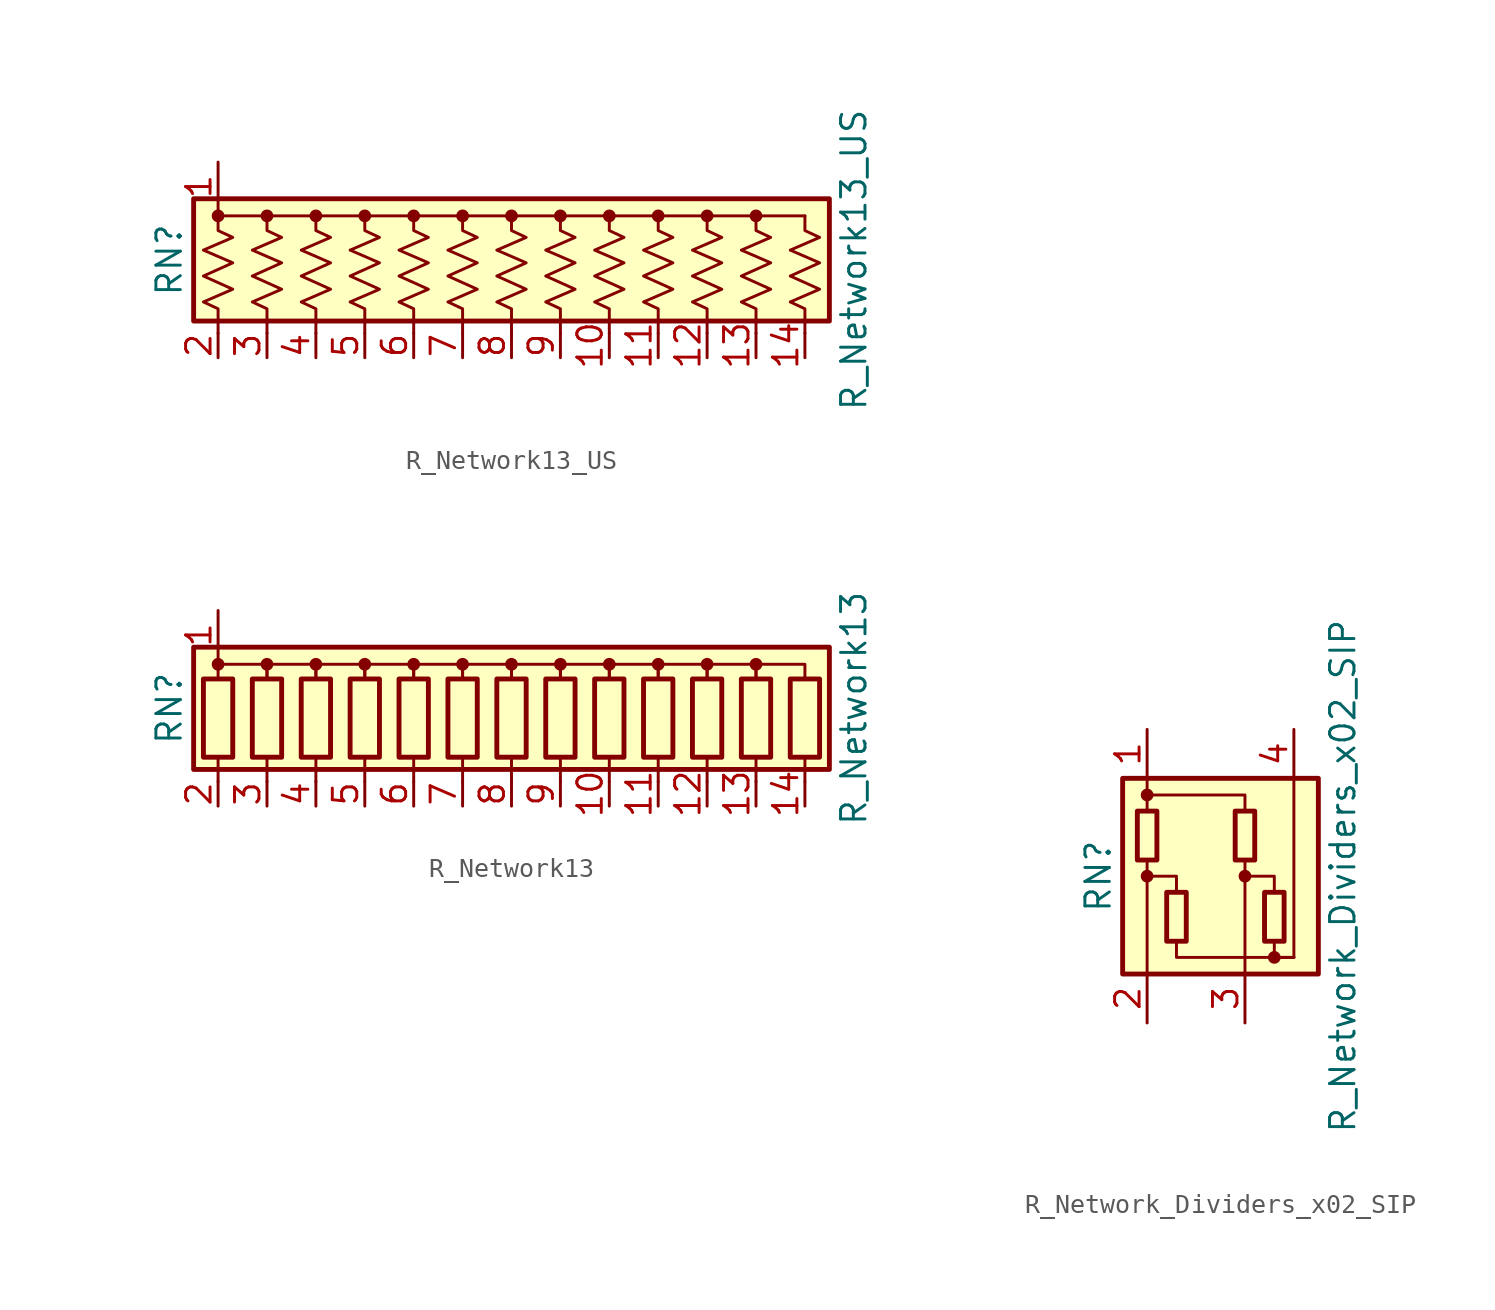
<source format=kicad_sym>
(kicad_symbol_lib
  (version 20241209)
  (generator "kicad_symbol_editor")
  (generator_version "9.0")
  (symbol "R_Network13_US"
    (pin_names
      (offset 0)
      (hide yes))
    (property "Reference" "RN"
      (at -17.78 0 90)
      (effects (font (size 1.27 1.27))))
    (property "Value" "R_Network13_US"
      (at 17.78 0 90)
      (effects (font (size 1.27 1.27))))
    (symbol "R_Network13_US_0_1"
      (rectangle (start -16.51 -3.175) (end 16.51 3.175) (stroke (width 0.254) (type solid)) (fill (type background)))
      (circle (center -15.24 2.286) (radius 0.254) (stroke (width 0) (type solid)) (fill (type outline)))
      (polyline (pts (xy -15.24 2.286) (xy 15.24 2.286)) (stroke (width 0) (type solid)) (fill (type none)))
      (polyline (pts (xy -15.24 2.286) (xy -15.24 1.524) (xy -14.478 1.168) (xy -16.002 0.508) (xy -14.478 -0.152) (xy -16.002 -0.838) (xy -14.478 -1.524) (xy -16.002 -2.184) (xy -15.24 -2.54) (xy -15.24 -3.81)) (stroke (width 0) (type solid)) (fill (type none)))
      (circle (center -12.7 2.286) (radius 0.254) (stroke (width 0) (type solid)) (fill (type outline)))
      (polyline (pts (xy -12.7 2.286) (xy -12.7 1.524) (xy -11.938 1.168) (xy -13.462 0.508) (xy -11.938 -0.152) (xy -13.462 -0.838) (xy -11.938 -1.524) (xy -13.462 -2.184) (xy -12.7 -2.54) (xy -12.7 -3.81)) (stroke (width 0) (type solid)) (fill (type none)))
      (circle (center -10.16 2.286) (radius 0.254) (stroke (width 0) (type solid)) (fill (type outline)))
      (polyline (pts (xy -10.16 2.286) (xy -10.16 1.524) (xy -9.398 1.168) (xy -10.922 0.508) (xy -9.398 -0.152) (xy -10.922 -0.838) (xy -9.398 -1.524) (xy -10.922 -2.184) (xy -10.16 -2.54) (xy -10.16 -3.81)) (stroke (width 0) (type solid)) (fill (type none)))
      (circle (center -7.62 2.286) (radius 0.254) (stroke (width 0) (type solid)) (fill (type outline)))
      (polyline (pts (xy -7.62 2.286) (xy -7.62 1.524) (xy -6.858 1.168) (xy -8.382 0.508) (xy -6.858 -0.152) (xy -8.382 -0.838) (xy -6.858 -1.524) (xy -8.382 -2.184) (xy -7.62 -2.54) (xy -7.62 -3.81)) (stroke (width 0) (type solid)) (fill (type none)))
      (circle (center -5.08 2.286) (radius 0.254) (stroke (width 0) (type solid)) (fill (type outline)))
      (polyline (pts (xy -5.08 2.286) (xy -5.08 1.524) (xy -4.318 1.168) (xy -5.842 0.508) (xy -4.318 -0.152) (xy -5.842 -0.838) (xy -4.318 -1.524) (xy -5.842 -2.184) (xy -5.08 -2.54) (xy -5.08 -3.81)) (stroke (width 0) (type solid)) (fill (type none)))
      (circle (center -2.54 2.286) (radius 0.254) (stroke (width 0) (type solid)) (fill (type outline)))
      (polyline (pts (xy -2.54 2.286) (xy -2.54 1.524) (xy -1.778 1.168) (xy -3.302 0.508) (xy -1.778 -0.152) (xy -3.302 -0.838) (xy -1.778 -1.524) (xy -3.302 -2.184) (xy -2.54 -2.54) (xy -2.54 -3.81)) (stroke (width 0) (type solid)) (fill (type none)))
      (circle (center 0 2.286) (radius 0.254) (stroke (width 0) (type solid)) (fill (type outline)))
      (polyline (pts (xy 0 2.286) (xy 0 1.524) (xy 0.762 1.168) (xy -0.762 0.508) (xy 0.762 -0.152) (xy -0.762 -0.838) (xy 0.762 -1.524) (xy -0.762 -2.184) (xy 0 -2.54) (xy 0 -3.81)) (stroke (width 0) (type solid)) (fill (type none)))
      (polyline (pts (xy 2.54 2.286) (xy 2.54 1.524) (xy 3.302 1.168) (xy 1.778 0.508) (xy 3.302 -0.152) (xy 1.778 -0.838) (xy 3.302 -1.524) (xy 1.778 -2.184) (xy 2.54 -2.54) (xy 2.54 -3.81)) (stroke (width 0) (type solid)) (fill (type none)))
      (circle (center 2.54 2.286) (radius 0.254) (stroke (width 0) (type solid)) (fill (type outline)))
      (polyline (pts (xy 5.08 2.286) (xy 5.08 1.524) (xy 5.842 1.168) (xy 4.318 0.508) (xy 5.842 -0.152) (xy 4.318 -0.838) (xy 5.842 -1.524) (xy 4.318 -2.184) (xy 5.08 -2.54) (xy 5.08 -3.81)) (stroke (width 0) (type solid)) (fill (type none)))
      (circle (center 5.08 2.286) (radius 0.254) (stroke (width 0) (type solid)) (fill (type outline)))
      (polyline (pts (xy 7.62 2.286) (xy 7.62 1.524) (xy 8.382 1.168) (xy 6.858 0.508) (xy 8.382 -0.152) (xy 6.858 -0.838) (xy 8.382 -1.524) (xy 6.858 -2.184) (xy 7.62 -2.54) (xy 7.62 -3.81)) (stroke (width 0) (type solid)) (fill (type none)))
      (circle (center 7.62 2.286) (radius 0.254) (stroke (width 0) (type solid)) (fill (type outline)))
      (polyline (pts (xy 10.16 2.286) (xy 10.16 1.524) (xy 10.922 1.168) (xy 9.398 0.508) (xy 10.922 -0.152) (xy 9.398 -0.838) (xy 10.922 -1.524) (xy 9.398 -2.184) (xy 10.16 -2.54) (xy 10.16 -3.81)) (stroke (width 0) (type solid)) (fill (type none)))
      (circle (center 10.16 2.286) (radius 0.254) (stroke (width 0) (type solid)) (fill (type outline)))
      (polyline (pts (xy 12.7 2.286) (xy 12.7 1.524) (xy 13.462 1.168) (xy 11.938 0.508) (xy 13.462 -0.152) (xy 11.938 -0.838) (xy 13.462 -1.524) (xy 11.938 -2.184) (xy 12.7 -2.54) (xy 12.7 -3.81)) (stroke (width 0) (type solid)) (fill (type none)))
      (circle (center 12.7 2.286) (radius 0.254) (stroke (width 0) (type solid)) (fill (type outline)))
      (polyline (pts (xy 15.24 2.286) (xy 15.24 1.524) (xy 16.002 1.168) (xy 14.478 0.508) (xy 16.002 -0.152) (xy 14.478 -0.838) (xy 16.002 -1.524) (xy 14.478 -2.184) (xy 15.24 -2.54) (xy 15.24 -3.81)) (stroke (width 0) (type solid)) (fill (type none))))
    (symbol "R_Network13_US_1_1"
      (pin passive line (at -15.24 5.08 270) (length 2.54) (name "common" (effects (font (size 1.27 1.27)))) (number "1" (effects (font (size 1.27 1.27)))))
      (pin passive line (at -15.24 -5.08 90) (length 1.27) (name "R1" (effects (font (size 1.27 1.27)))) (number "2" (effects (font (size 1.27 1.27)))))
      (pin passive line (at -12.7 -5.08 90) (length 1.27) (name "R2" (effects (font (size 1.27 1.27)))) (number "3" (effects (font (size 1.27 1.27)))))
      (pin passive line (at -10.16 -5.08 90) (length 1.27) (name "R3" (effects (font (size 1.27 1.27)))) (number "4" (effects (font (size 1.27 1.27)))))
      (pin passive line (at -7.62 -5.08 90) (length 1.27) (name "R4" (effects (font (size 1.27 1.27)))) (number "5" (effects (font (size 1.27 1.27)))))
      (pin passive line (at -5.08 -5.08 90) (length 1.27) (name "R5" (effects (font (size 1.27 1.27)))) (number "6" (effects (font (size 1.27 1.27)))))
      (pin passive line (at -2.54 -5.08 90) (length 1.27) (name "R6" (effects (font (size 1.27 1.27)))) (number "7" (effects (font (size 1.27 1.27)))))
      (pin passive line (at 0 -5.08 90) (length 1.27) (name "R7" (effects (font (size 1.27 1.27)))) (number "8" (effects (font (size 1.27 1.27)))))
      (pin passive line (at 2.54 -5.08 90) (length 1.27) (name "R8" (effects (font (size 1.27 1.27)))) (number "9" (effects (font (size 1.27 1.27)))))
      (pin passive line (at 5.08 -5.08 90) (length 1.27) (name "R9" (effects (font (size 1.27 1.27)))) (number "10" (effects (font (size 1.27 1.27)))))
      (pin passive line (at 7.62 -5.08 90) (length 1.27) (name "R10" (effects (font (size 1.27 1.27)))) (number "11" (effects (font (size 1.27 1.27)))))
      (pin passive line (at 10.16 -5.08 90) (length 1.27) (name "R11" (effects (font (size 1.27 1.27)))) (number "12" (effects (font (size 1.27 1.27)))))
      (pin passive line (at 12.7 -5.08 90) (length 1.27) (name "R12" (effects (font (size 1.27 1.27)))) (number "13" (effects (font (size 1.27 1.27)))))
      (pin passive line (at 15.24 -5.08 90) (length 1.27) (name "R13" (effects (font (size 1.27 1.27)))) (number "14" (effects (font (size 1.27 1.27)))))))
  (symbol "R_Network13"
    (pin_names
      (offset 0)
      (hide yes))
    (property "Reference" "RN"
      (at -17.78 0 90)
      (effects (font (size 1.27 1.27))))
    (property "Value" "R_Network13"
      (at 17.78 0 90)
      (effects (font (size 1.27 1.27))))
    (symbol "R_Network13_0_1"
      (rectangle (start -16.51 -3.175) (end 16.51 3.175) (stroke (width 0.254) (type solid)) (fill (type background)))
      (rectangle (start -16.002 1.524) (end -14.478 -2.54) (stroke (width 0.254) (type solid)) (fill (type none)))
      (circle (center -15.24 2.286) (radius 0.254) (stroke (width 0) (type solid)) (fill (type outline)))
      (polyline (pts (xy -15.24 1.524) (xy -15.24 2.286) (xy -12.7 2.286) (xy -12.7 1.524)) (stroke (width 0) (type solid)) (fill (type none)))
      (polyline (pts (xy -15.24 -2.54) (xy -15.24 -3.81)) (stroke (width 0) (type solid)) (fill (type none)))
      (rectangle (start -13.462 1.524) (end -11.938 -2.54) (stroke (width 0.254) (type solid)) (fill (type none)))
      (circle (center -12.7 2.286) (radius 0.254) (stroke (width 0) (type solid)) (fill (type outline)))
      (polyline (pts (xy -12.7 1.524) (xy -12.7 2.286) (xy -10.16 2.286) (xy -10.16 1.524)) (stroke (width 0) (type solid)) (fill (type none)))
      (polyline (pts (xy -12.7 -2.54) (xy -12.7 -3.81)) (stroke (width 0) (type solid)) (fill (type none)))
      (rectangle (start -10.922 1.524) (end -9.398 -2.54) (stroke (width 0.254) (type solid)) (fill (type none)))
      (circle (center -10.16 2.286) (radius 0.254) (stroke (width 0) (type solid)) (fill (type outline)))
      (polyline (pts (xy -10.16 1.524) (xy -10.16 2.286) (xy -7.62 2.286) (xy -7.62 1.524)) (stroke (width 0) (type solid)) (fill (type none)))
      (polyline (pts (xy -10.16 -2.54) (xy -10.16 -3.81)) (stroke (width 0) (type solid)) (fill (type none)))
      (rectangle (start -8.382 1.524) (end -6.858 -2.54) (stroke (width 0.254) (type solid)) (fill (type none)))
      (circle (center -7.62 2.286) (radius 0.254) (stroke (width 0) (type solid)) (fill (type outline)))
      (polyline (pts (xy -7.62 1.524) (xy -7.62 2.286) (xy -5.08 2.286) (xy -5.08 1.524)) (stroke (width 0) (type solid)) (fill (type none)))
      (polyline (pts (xy -7.62 -2.54) (xy -7.62 -3.81)) (stroke (width 0) (type solid)) (fill (type none)))
      (rectangle (start -5.842 1.524) (end -4.318 -2.54) (stroke (width 0.254) (type solid)) (fill (type none)))
      (circle (center -5.08 2.286) (radius 0.254) (stroke (width 0) (type solid)) (fill (type outline)))
      (polyline (pts (xy -5.08 1.524) (xy -5.08 2.286) (xy -2.54 2.286) (xy -2.54 1.524)) (stroke (width 0) (type solid)) (fill (type none)))
      (polyline (pts (xy -5.08 -2.54) (xy -5.08 -3.81)) (stroke (width 0) (type solid)) (fill (type none)))
      (rectangle (start -3.302 1.524) (end -1.778 -2.54) (stroke (width 0.254) (type solid)) (fill (type none)))
      (circle (center -2.54 2.286) (radius 0.254) (stroke (width 0) (type solid)) (fill (type outline)))
      (polyline (pts (xy -2.54 1.524) (xy -2.54 2.286) (xy 0 2.286) (xy 0 1.524)) (stroke (width 0) (type solid)) (fill (type none)))
      (polyline (pts (xy -2.54 -2.54) (xy -2.54 -3.81)) (stroke (width 0) (type solid)) (fill (type none)))
      (rectangle (start -0.762 1.524) (end 0.762 -2.54) (stroke (width 0.254) (type solid)) (fill (type none)))
      (circle (center 0 2.286) (radius 0.254) (stroke (width 0) (type solid)) (fill (type outline)))
      (polyline (pts (xy 0 1.524) (xy 0 2.286) (xy 2.54 2.286) (xy 2.54 1.524)) (stroke (width 0) (type solid)) (fill (type none)))
      (polyline (pts (xy 0 -2.54) (xy 0 -3.81)) (stroke (width 0) (type solid)) (fill (type none)))
      (rectangle (start 1.778 1.524) (end 3.302 -2.54) (stroke (width 0.254) (type solid)) (fill (type none)))
      (circle (center 2.54 2.286) (radius 0.254) (stroke (width 0) (type solid)) (fill (type outline)))
      (polyline (pts (xy 2.54 1.524) (xy 2.54 2.286) (xy 5.08 2.286) (xy 5.08 1.524)) (stroke (width 0) (type solid)) (fill (type none)))
      (polyline (pts (xy 2.54 -2.54) (xy 2.54 -3.81)) (stroke (width 0) (type solid)) (fill (type none)))
      (rectangle (start 4.318 1.524) (end 5.842 -2.54) (stroke (width 0.254) (type solid)) (fill (type none)))
      (circle (center 5.08 2.286) (radius 0.254) (stroke (width 0) (type solid)) (fill (type outline)))
      (polyline (pts (xy 5.08 1.524) (xy 5.08 2.286) (xy 7.62 2.286) (xy 7.62 1.524)) (stroke (width 0) (type solid)) (fill (type none)))
      (polyline (pts (xy 5.08 -2.54) (xy 5.08 -3.81)) (stroke (width 0) (type solid)) (fill (type none)))
      (rectangle (start 6.858 1.524) (end 8.382 -2.54) (stroke (width 0.254) (type solid)) (fill (type none)))
      (circle (center 7.62 2.286) (radius 0.254) (stroke (width 0) (type solid)) (fill (type outline)))
      (polyline (pts (xy 7.62 1.524) (xy 7.62 2.286) (xy 10.16 2.286) (xy 10.16 1.524)) (stroke (width 0) (type solid)) (fill (type none)))
      (polyline (pts (xy 7.62 -2.54) (xy 7.62 -3.81)) (stroke (width 0) (type solid)) (fill (type none)))
      (rectangle (start 9.398 1.524) (end 10.922 -2.54) (stroke (width 0.254) (type solid)) (fill (type none)))
      (circle (center 10.16 2.286) (radius 0.254) (stroke (width 0) (type solid)) (fill (type outline)))
      (polyline (pts (xy 10.16 1.524) (xy 10.16 2.286) (xy 12.7 2.286) (xy 12.7 1.524)) (stroke (width 0) (type solid)) (fill (type none)))
      (polyline (pts (xy 10.16 -2.54) (xy 10.16 -3.81)) (stroke (width 0) (type solid)) (fill (type none)))
      (rectangle (start 11.938 1.524) (end 13.462 -2.54) (stroke (width 0.254) (type solid)) (fill (type none)))
      (circle (center 12.7 2.286) (radius 0.254) (stroke (width 0) (type solid)) (fill (type outline)))
      (polyline (pts (xy 12.7 1.524) (xy 12.7 2.286) (xy 15.24 2.286) (xy 15.24 1.524)) (stroke (width 0) (type solid)) (fill (type none)))
      (polyline (pts (xy 12.7 -2.54) (xy 12.7 -3.81)) (stroke (width 0) (type solid)) (fill (type none)))
      (rectangle (start 14.478 1.524) (end 16.002 -2.54) (stroke (width 0.254) (type solid)) (fill (type none)))
      (polyline (pts (xy 15.24 -2.54) (xy 15.24 -3.81)) (stroke (width 0) (type solid)) (fill (type none))))
    (symbol "R_Network13_1_1"
      (pin passive line (at -15.24 5.08 270) (length 2.54) (name "common" (effects (font (size 1.27 1.27)))) (number "1" (effects (font (size 1.27 1.27)))))
      (pin passive line (at -15.24 -5.08 90) (length 1.27) (name "R1" (effects (font (size 1.27 1.27)))) (number "2" (effects (font (size 1.27 1.27)))))
      (pin passive line (at -12.7 -5.08 90) (length 1.27) (name "R2" (effects (font (size 1.27 1.27)))) (number "3" (effects (font (size 1.27 1.27)))))
      (pin passive line (at -10.16 -5.08 90) (length 1.27) (name "R3" (effects (font (size 1.27 1.27)))) (number "4" (effects (font (size 1.27 1.27)))))
      (pin passive line (at -7.62 -5.08 90) (length 1.27) (name "R4" (effects (font (size 1.27 1.27)))) (number "5" (effects (font (size 1.27 1.27)))))
      (pin passive line (at -5.08 -5.08 90) (length 1.27) (name "R5" (effects (font (size 1.27 1.27)))) (number "6" (effects (font (size 1.27 1.27)))))
      (pin passive line (at -2.54 -5.08 90) (length 1.27) (name "R6" (effects (font (size 1.27 1.27)))) (number "7" (effects (font (size 1.27 1.27)))))
      (pin passive line (at 0 -5.08 90) (length 1.27) (name "R7" (effects (font (size 1.27 1.27)))) (number "8" (effects (font (size 1.27 1.27)))))
      (pin passive line (at 2.54 -5.08 90) (length 1.27) (name "R8" (effects (font (size 1.27 1.27)))) (number "9" (effects (font (size 1.27 1.27)))))
      (pin passive line (at 5.08 -5.08 90) (length 1.27) (name "R9" (effects (font (size 1.27 1.27)))) (number "10" (effects (font (size 1.27 1.27)))))
      (pin passive line (at 7.62 -5.08 90) (length 1.27) (name "R10" (effects (font (size 1.27 1.27)))) (number "11" (effects (font (size 1.27 1.27)))))
      (pin passive line (at 10.16 -5.08 90) (length 1.27) (name "R11" (effects (font (size 1.27 1.27)))) (number "12" (effects (font (size 1.27 1.27)))))
      (pin passive line (at 12.7 -5.08 90) (length 1.27) (name "R12" (effects (font (size 1.27 1.27)))) (number "13" (effects (font (size 1.27 1.27)))))
      (pin passive line (at 15.24 -5.08 90) (length 1.27) (name "R13" (effects (font (size 1.27 1.27)))) (number "14" (effects (font (size 1.27 1.27)))))))
  (symbol "R_Network_Dividers_x02_SIP"
    (pin_names
      (offset 0)
      (hide yes))
    (property "Reference" "RN"
      (at -7.62 0 90)
      (effects (font (size 1.27 1.27))))
    (property "Value" "R_Network_Dividers_x02_SIP"
      (at 5.08 0 90)
      (effects (font (size 1.27 1.27))))
    (symbol "R_Network_Dividers_x02_SIP_0_1"
      (rectangle (start -6.35 -5.08) (end 3.81 5.08) (stroke (width 0.254) (type solid)) (fill (type background)))
      (rectangle (start -5.588 3.378) (end -4.572 0.838) (stroke (width 0.254) (type solid)) (fill (type none)))
      (polyline (pts (xy -5.08 5.08) (xy -5.08 3.378)) (stroke (width 0) (type solid)) (fill (type none)))
      (circle (center -5.08 4.216) (radius 0.254) (stroke (width 0) (type solid)) (fill (type outline)))
      (polyline (pts (xy -5.08 4.216) (xy 0 4.216) (xy 0 3.378)) (stroke (width 0) (type solid)) (fill (type none)))
      (circle (center -5.08 0) (radius 0.254) (stroke (width 0) (type solid)) (fill (type outline)))
      (polyline (pts (xy -5.08 0) (xy -3.556 0) (xy -3.556 -0.838)) (stroke (width 0) (type solid)) (fill (type none)))
      (polyline (pts (xy -5.08 -5.08) (xy -5.08 0.838)) (stroke (width 0) (type solid)) (fill (type none)))
      (rectangle (start -4.064 -3.378) (end -3.048 -0.838) (stroke (width 0.254) (type solid)) (fill (type none)))
      (polyline (pts (xy -3.556 -3.378) (xy -3.556 -4.216) (xy 2.54 -4.216)) (stroke (width 0) (type solid)) (fill (type none)))
      (rectangle (start -0.508 3.378) (end 0.508 0.838) (stroke (width 0.254) (type solid)) (fill (type none)))
      (polyline (pts (xy 0 0) (xy 1.524 0) (xy 1.524 -0.838)) (stroke (width 0) (type solid)) (fill (type none)))
      (circle (center 0 0) (radius 0.254) (stroke (width 0) (type solid)) (fill (type outline)))
      (polyline (pts (xy 0 -5.08) (xy 0 0.838)) (stroke (width 0) (type solid)) (fill (type none)))
      (rectangle (start 1.016 -3.378) (end 2.032 -0.838) (stroke (width 0.254) (type solid)) (fill (type none)))
      (polyline (pts (xy 1.524 -3.378) (xy 1.524 -4.216) (xy 2.54 -4.216)) (stroke (width 0) (type solid)) (fill (type none)))
      (circle (center 1.524 -4.216) (radius 0.254) (stroke (width 0) (type solid)) (fill (type outline)))
      (polyline (pts (xy 2.54 -4.216) (xy 2.54 5.08)) (stroke (width 0) (type solid)) (fill (type none))))
    (symbol "R_Network_Dividers_x02_SIP_1_1"
      (pin passive line (at -5.08 7.62 270) (length 2.54) (name "COM1" (effects (font (size 1.27 1.27)))) (number "1" (effects (font (size 1.27 1.27)))))
      (pin passive line (at -5.08 -7.62 90) (length 2.54) (name "R1" (effects (font (size 1.27 1.27)))) (number "2" (effects (font (size 1.27 1.27)))))
      (pin passive line (at 0 -7.62 90) (length 2.54) (name "R2" (effects (font (size 1.27 1.27)))) (number "3" (effects (font (size 1.27 1.27)))))
      (pin passive line (at 2.54 7.62 270) (length 2.54) (name "COM2" (effects (font (size 1.27 1.27)))) (number "4" (effects (font (size 1.27 1.27))))))))
</source>
